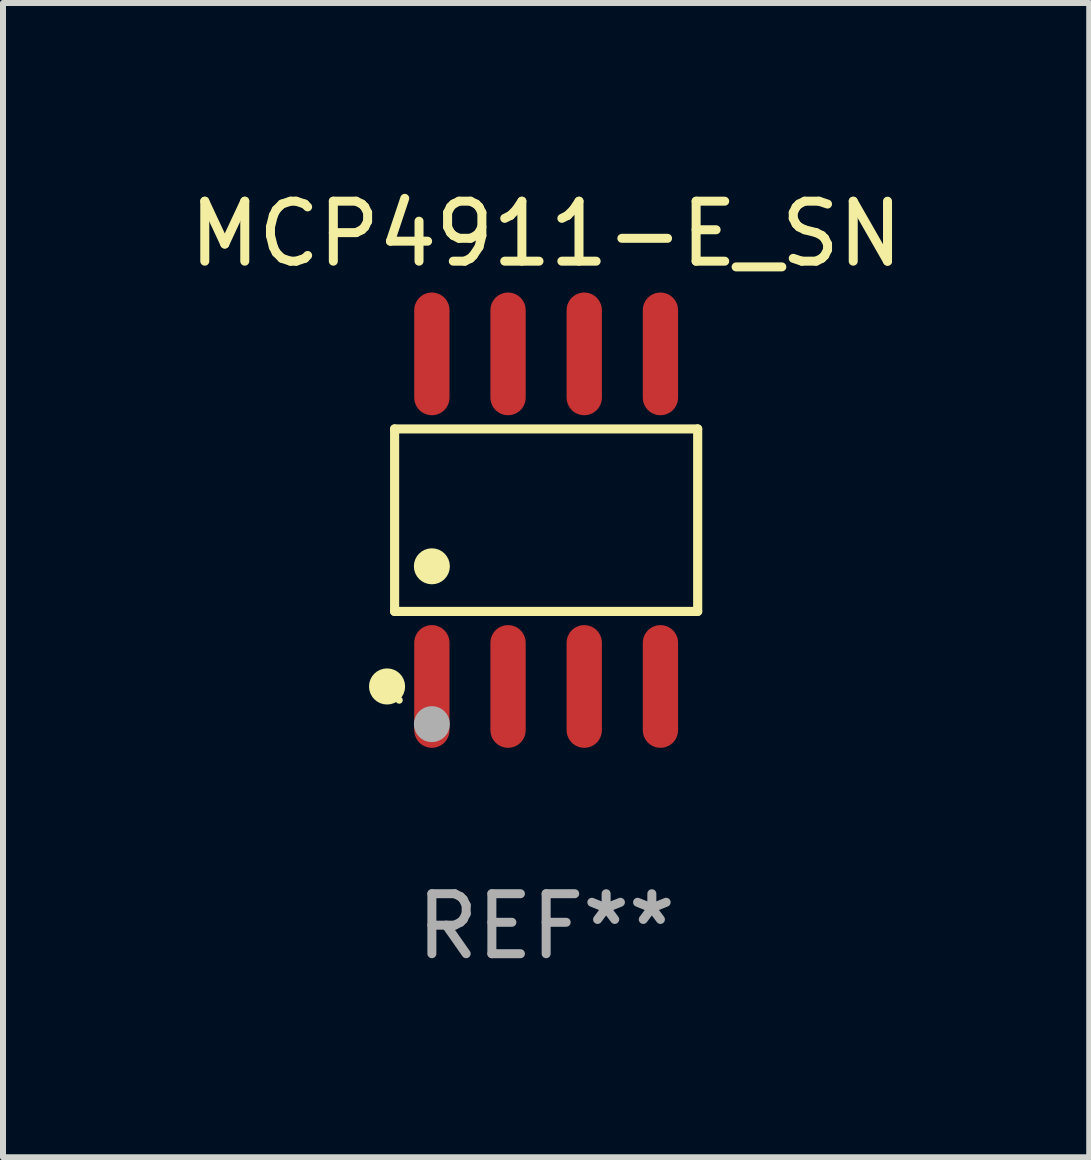
<source format=kicad_pcb>
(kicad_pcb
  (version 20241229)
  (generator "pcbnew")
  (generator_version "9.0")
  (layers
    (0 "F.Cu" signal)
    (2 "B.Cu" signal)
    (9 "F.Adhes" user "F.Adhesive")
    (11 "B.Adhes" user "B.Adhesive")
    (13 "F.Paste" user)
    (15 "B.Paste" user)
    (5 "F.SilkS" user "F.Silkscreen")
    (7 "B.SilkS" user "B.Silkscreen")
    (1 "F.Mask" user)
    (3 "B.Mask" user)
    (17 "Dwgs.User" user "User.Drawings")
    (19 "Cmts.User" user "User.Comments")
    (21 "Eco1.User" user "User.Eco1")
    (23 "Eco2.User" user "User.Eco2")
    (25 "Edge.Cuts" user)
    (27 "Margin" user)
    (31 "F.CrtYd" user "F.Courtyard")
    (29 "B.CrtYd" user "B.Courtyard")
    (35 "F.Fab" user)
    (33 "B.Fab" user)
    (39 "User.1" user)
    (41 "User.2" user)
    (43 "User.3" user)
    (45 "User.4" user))
  (footprint "MCP4911-E_SN"
    (layer "F.Cu")
    (at 6.054 5.621)
    (property "Reference" "MCP4911-E_SN" (at 0 -4.772 0) (layer "F.SilkS") (effects (font (size 1 1) (thickness 0.15))))
    (attr through_hole)
    (fp_line (start -2.526 -1.521) (end 2.526 -1.521) (stroke (width 0.152) (type solid)) (layer "F.SilkS"))
    (fp_line (start -2.526 1.521) (end -2.526 -1.521) (stroke (width 0.152) (type solid)) (layer "F.SilkS"))
    (fp_line (start 2.526 -1.521) (end 2.526 1.521) (stroke (width 0.152) (type solid)) (layer "F.SilkS"))
    (fp_line (start 2.526 1.521) (end -2.526 1.521) (stroke (width 0.152) (type solid)) (layer "F.SilkS"))
    (fp_circle (center -2.652 2.772) (end -2.501 2.772) (stroke (width 0.3) (type solid)) (fill no) (layer "F.SilkS"))
    (fp_circle (center -2.45 3) (end -2.42 3) (stroke (width 0.06) (type solid)) (fill no) (layer "F.SilkS"))
    (fp_circle (center -1.905 0.769) (end -1.755 0.769) (stroke (width 0.3) (type solid)) (fill no) (layer "F.SilkS"))
    (fp_circle (center -1.905 3.4) (end -1.755 3.4) (stroke (width 0.3) (type solid)) (fill no) (layer "F.Fab"))
    (fp_text user "REF**" (at 0 6.772 0) (layer "F.Fab") (effects (font (size 1 1) (thickness 0.15))))
    (pad "1" smd oval (at -1.905 2.772) (size 0.588 2.045) (layers "F.Cu" "F.Mask" "F.Paste"))
    (pad "2" smd oval (at -0.635 2.772) (size 0.588 2.045) (layers "F.Cu" "F.Mask" "F.Paste"))
    (pad "3" smd oval (at 0.635 2.772) (size 0.588 2.045) (layers "F.Cu" "F.Mask" "F.Paste"))
    (pad "4" smd oval (at 1.905 2.772) (size 0.588 2.045) (layers "F.Cu" "F.Mask" "F.Paste"))
    (pad "5" smd oval (at 1.905 -2.772) (size 0.588 2.045) (layers "F.Cu" "F.Mask" "F.Paste"))
    (pad "6" smd oval (at 0.635 -2.772) (size 0.588 2.045) (layers "F.Cu" "F.Mask" "F.Paste"))
    (pad "7" smd oval (at -0.635 -2.772) (size 0.588 2.045) (layers "F.Cu" "F.Mask" "F.Paste"))
    (pad "8" smd oval (at -1.905 -2.772) (size 0.588 2.045) (layers "F.Cu" "F.Mask" "F.Paste")))
  (gr_rect
    (start -3 -3)
    (end 15.107 16.241)
    (stroke (width 0.1) (type default))
    (fill no)
    (layer "Edge.Cuts")))
</source>
